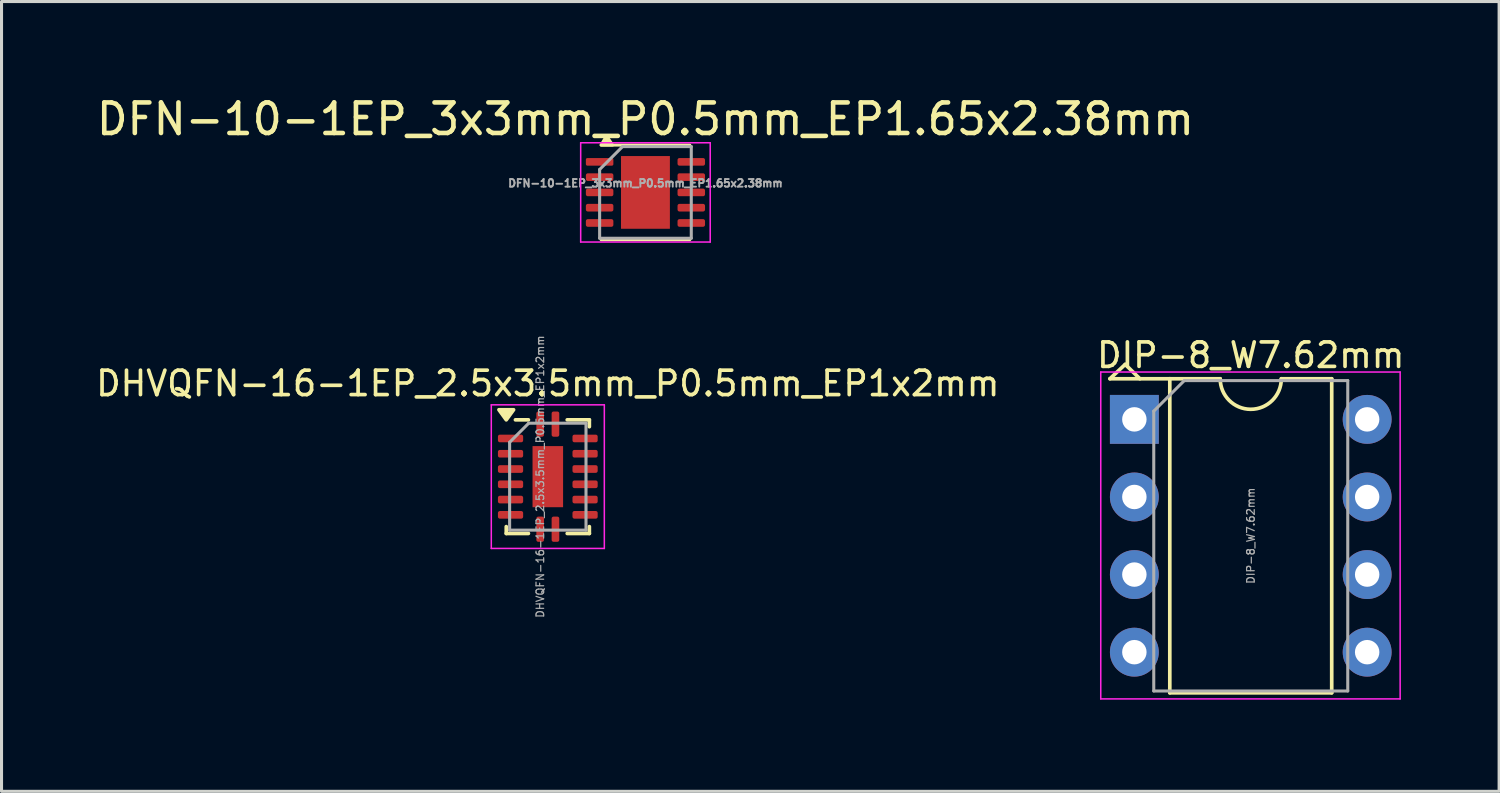
<source format=kicad_pcb>
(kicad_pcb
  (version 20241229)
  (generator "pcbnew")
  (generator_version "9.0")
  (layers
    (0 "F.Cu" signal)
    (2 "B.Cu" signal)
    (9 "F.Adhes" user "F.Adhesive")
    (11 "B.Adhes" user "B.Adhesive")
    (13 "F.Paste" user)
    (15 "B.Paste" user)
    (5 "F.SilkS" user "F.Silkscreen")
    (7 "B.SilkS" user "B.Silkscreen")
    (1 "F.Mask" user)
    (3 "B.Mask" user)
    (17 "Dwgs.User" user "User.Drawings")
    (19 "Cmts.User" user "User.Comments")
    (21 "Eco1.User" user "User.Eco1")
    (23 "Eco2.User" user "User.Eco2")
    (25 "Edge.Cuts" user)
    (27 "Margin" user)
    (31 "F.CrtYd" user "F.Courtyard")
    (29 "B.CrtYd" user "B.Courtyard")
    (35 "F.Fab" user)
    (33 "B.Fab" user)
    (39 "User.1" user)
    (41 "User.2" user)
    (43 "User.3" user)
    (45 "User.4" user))
  (footprint "DFN-10-1EP_3x3mm_P0.5mm_EP1.65x2.38mm"
    (layer "F.Cu")
    (at 18.077 3.248)
    (property "Reference" "DFN-10-1EP_3x3mm_P0.5mm_EP1.65x2.38mm" (at 0 -2.4 0) (layer "F.SilkS") (effects (font (size 1 1) (thickness 0.15))))
    (attr smd)
    (fp_line (start -1.45 -1.55) (end 1.45 -1.55) (stroke (width 0.1) (type solid)) (layer "F.SilkS"))
    (fp_line (start -1.45 1.55) (end 1.45 1.55) (stroke (width 0.1) (type solid)) (layer "F.SilkS"))
    (fp_poly (pts (xy -1.45 -1.55) (xy -1.275 -1.85) (xy -1.075 -1.55)) (stroke (width 0.1) (type solid)) (fill yes) (layer "F.SilkS"))
    (fp_line (start -2.12 -1.625) (end -2.12 1.625) (stroke (width 0.05) (type solid)) (layer "F.CrtYd"))
    (fp_line (start -2.12 1.625) (end 2.12 1.625) (stroke (width 0.05) (type solid)) (layer "F.CrtYd"))
    (fp_line (start 2.12 -1.625) (end -2.12 -1.625) (stroke (width 0.05) (type solid)) (layer "F.CrtYd"))
    (fp_line (start 2.12 1.625) (end 2.12 -1.625) (stroke (width 0.05) (type solid)) (layer "F.CrtYd"))
    (fp_line (start -1.5 -0.75) (end -0.75 -1.5) (stroke (width 0.1) (type solid)) (layer "F.Fab"))
    (fp_line (start -1.5 1.5) (end -1.5 -0.75) (stroke (width 0.1) (type solid)) (layer "F.Fab"))
    (fp_line (start -0.75 -1.5) (end 1.5 -1.5) (stroke (width 0.1) (type solid)) (layer "F.Fab"))
    (fp_line (start 1.5 -1.5) (end 1.5 1.5) (stroke (width 0.1) (type solid)) (layer "F.Fab"))
    (fp_line (start 1.5 1.5) (end -1.5 1.5) (stroke (width 0.1) (type solid)) (layer "F.Fab"))
    (fp_text user "${REFERENCE}" (at 0 -0.3 0) (layer "F.Fab") (effects (font (size 0.25 0.25) (thickness 0.062))))
    (pad "" smd roundrect (at -0.41 -0.595) (size 0.67 0.96) (layers "F.Paste") (roundrect_rratio 0.25))
    (pad "" smd roundrect (at -0.41 0.595) (size 0.67 0.96) (layers "F.Paste") (roundrect_rratio 0.25))
    (pad "" smd roundrect (at 0.41 -0.595) (size 0.67 0.96) (layers "F.Paste") (roundrect_rratio 0.25))
    (pad "" smd roundrect (at 0.41 0.595) (size 0.67 0.96) (layers "F.Paste") (roundrect_rratio 0.25))
    (pad "1" smd roundrect (at -1.5 -1) (size 0.9 0.25) (layers "F.Cu" "F.Mask" "F.Paste") (roundrect_rratio 0.2))
    (pad "2" smd roundrect (at -1.5 -0.5) (size 0.9 0.25) (layers "F.Cu" "F.Mask" "F.Paste") (roundrect_rratio 0.25))
    (pad "3" smd roundrect (at -1.5 0) (size 0.9 0.25) (layers "F.Cu" "F.Mask" "F.Paste") (roundrect_rratio 0.25))
    (pad "4" smd roundrect (at -1.5 0.5) (size 0.9 0.25) (layers "F.Cu" "F.Mask" "F.Paste") (roundrect_rratio 0.25))
    (pad "5" smd roundrect (at -1.5 1) (size 0.9 0.25) (layers "F.Cu" "F.Mask" "F.Paste") (roundrect_rratio 0.25))
    (pad "6" smd roundrect (at 1.5 1) (size 0.9 0.25) (layers "F.Cu" "F.Mask" "F.Paste") (roundrect_rratio 0.25))
    (pad "7" smd roundrect (at 1.5 0.5) (size 0.9 0.25) (layers "F.Cu" "F.Mask" "F.Paste") (roundrect_rratio 0.25))
    (pad "8" smd roundrect (at 1.5 0) (size 0.9 0.25) (layers "F.Cu" "F.Mask" "F.Paste") (roundrect_rratio 0.25))
    (pad "9" smd roundrect (at 1.5 -0.5) (size 0.9 0.25) (layers "F.Cu" "F.Mask" "F.Paste") (roundrect_rratio 0.25))
    (pad "10" smd roundrect (at 1.5 -1) (size 0.9 0.25) (layers "F.Cu" "F.Mask" "F.Paste") (roundrect_rratio 0.25))
    (pad "11" smd rect (at 0 0) (size 1.6 2.38) (layers "F.Cu" "F.Mask")))
  (footprint "DHVQFN-16-1EP_2.5x3.5mm_P0.5mm_EP1x2mm"
    (layer "F.Cu")
    (at 14.881 12.552)
    (property "Reference" "DHVQFN-16-1EP_2.5x3.5mm_P0.5mm_EP1x2mm" (at 0 -3.05 0) (layer "F.SilkS") (effects (font (size 0.8 0.8) (thickness 0.12))))
    (attr smd)
    (fp_line (start -1.36 1.86) (end -1.36 1.635) (stroke (width 0.12) (type solid)) (layer "F.SilkS"))
    (fp_line (start -0.635 -1.86) (end -1.06 -1.86) (stroke (width 0.12) (type solid)) (layer "F.SilkS"))
    (fp_line (start -0.635 1.86) (end -1.36 1.86) (stroke (width 0.12) (type solid)) (layer "F.SilkS"))
    (fp_line (start 0.635 -1.86) (end 1.36 -1.86) (stroke (width 0.12) (type solid)) (layer "F.SilkS"))
    (fp_line (start 0.635 1.86) (end 1.36 1.86) (stroke (width 0.12) (type solid)) (layer "F.SilkS"))
    (fp_line (start 1.36 -1.86) (end 1.36 -1.635) (stroke (width 0.12) (type solid)) (layer "F.SilkS"))
    (fp_line (start 1.36 1.86) (end 1.36 1.635) (stroke (width 0.12) (type solid)) (layer "F.SilkS"))
    (fp_poly (pts (xy -1.36 -1.86) (xy -1.6 -2.19) (xy -1.12 -2.19) (xy -1.36 -1.86)) (stroke (width 0.12) (type solid)) (fill yes) (layer "F.SilkS"))
    (fp_line (start -1.85 -2.35) (end -1.85 2.35) (stroke (width 0.05) (type solid)) (layer "F.CrtYd"))
    (fp_line (start -1.85 2.35) (end 1.85 2.35) (stroke (width 0.05) (type solid)) (layer "F.CrtYd"))
    (fp_line (start 1.85 -2.35) (end -1.85 -2.35) (stroke (width 0.05) (type solid)) (layer "F.CrtYd"))
    (fp_line (start 1.85 2.35) (end 1.85 -2.35) (stroke (width 0.05) (type solid)) (layer "F.CrtYd"))
    (fp_line (start -1.25 -1.125) (end -0.625 -1.75) (stroke (width 0.1) (type solid)) (layer "F.Fab"))
    (fp_line (start -1.25 1.75) (end -1.25 -1.125) (stroke (width 0.1) (type solid)) (layer "F.Fab"))
    (fp_line (start -0.625 -1.75) (end 1.25 -1.75) (stroke (width 0.1) (type solid)) (layer "F.Fab"))
    (fp_line (start 1.25 -1.75) (end 1.25 1.75) (stroke (width 0.1) (type solid)) (layer "F.Fab"))
    (fp_line (start 1.25 1.75) (end -1.25 1.75) (stroke (width 0.1) (type solid)) (layer "F.Fab"))
    (fp_text user "${REFERENCE}" (at -0.25 0 90) (layer "F.Fab") (effects (font (size 0.25 0.25) (thickness 0.04))))
    (pad "" smd roundrect (at 0 -0.5) (size 0.81 0.81) (layers "F.Paste") (roundrect_rratio 0.25))
    (pad "" smd roundrect (at 0 0.5) (size 0.81 0.81) (layers "F.Paste") (roundrect_rratio 0.25))
    (pad "1" smd roundrect (at -0.25 -1.72) (size 0.25 0.825) (layers "F.Cu" "F.Mask" "F.Paste") (roundrect_rratio 0.25))
    (pad "2" smd roundrect (at -1.22 -1.25) (size 0.825 0.25) (layers "F.Cu" "F.Mask" "F.Paste") (roundrect_rratio 0.25))
    (pad "3" smd roundrect (at -1.22 -0.75) (size 0.825 0.25) (layers "F.Cu" "F.Mask" "F.Paste") (roundrect_rratio 0.25))
    (pad "4" smd roundrect (at -1.22 -0.25) (size 0.825 0.25) (layers "F.Cu" "F.Mask" "F.Paste") (roundrect_rratio 0.25))
    (pad "5" smd roundrect (at -1.22 0.25) (size 0.825 0.25) (layers "F.Cu" "F.Mask" "F.Paste") (roundrect_rratio 0.25))
    (pad "6" smd roundrect (at -1.22 0.75) (size 0.825 0.25) (layers "F.Cu" "F.Mask" "F.Paste") (roundrect_rratio 0.25))
    (pad "7" smd roundrect (at -1.22 1.25) (size 0.825 0.25) (layers "F.Cu" "F.Mask" "F.Paste") (roundrect_rratio 0.25))
    (pad "8" smd roundrect (at -0.25 1.72) (size 0.25 0.825) (layers "F.Cu" "F.Mask" "F.Paste") (roundrect_rratio 0.25))
    (pad "9" smd roundrect (at 0.25 1.72) (size 0.25 0.825) (layers "F.Cu" "F.Mask" "F.Paste") (roundrect_rratio 0.25))
    (pad "10" smd roundrect (at 1.22 1.25) (size 0.825 0.25) (layers "F.Cu" "F.Mask" "F.Paste") (roundrect_rratio 0.25))
    (pad "11" smd roundrect (at 1.22 0.75) (size 0.825 0.25) (layers "F.Cu" "F.Mask" "F.Paste") (roundrect_rratio 0.25))
    (pad "12" smd roundrect (at 1.22 0.25) (size 0.825 0.25) (layers "F.Cu" "F.Mask" "F.Paste") (roundrect_rratio 0.25))
    (pad "13" smd roundrect (at 1.22 -0.25) (size 0.825 0.25) (layers "F.Cu" "F.Mask" "F.Paste") (roundrect_rratio 0.25))
    (pad "14" smd roundrect (at 1.22 -0.75) (size 0.825 0.25) (layers "F.Cu" "F.Mask" "F.Paste") (roundrect_rratio 0.25))
    (pad "15" smd roundrect (at 1.22 -1.25) (size 0.825 0.25) (layers "F.Cu" "F.Mask" "F.Paste") (roundrect_rratio 0.25))
    (pad "16" smd roundrect (at 0.25 -1.72) (size 0.25 0.825) (layers "F.Cu" "F.Mask" "F.Paste") (roundrect_rratio 0.25))
    (pad "17" smd rect (at 0 0) (size 1 2) (property pad_prop_heatsink) (layers "F.Cu" "F.Mask")))
  (footprint "DIP-8_W7.62mm"
    (layer "F.Cu")
    (at 34.08 10.677)
    (property "Reference" "DIP-8_W7.62mm" (at 3.81 -2.1 0) (layer "F.SilkS") (effects (font (size 0.8 0.8) (thickness 0.12))))
    (attr through_hole)
    (fp_line (start -0.8 -1.33) (end -0.3 -1.8) (stroke (width 0.12) (type default)) (layer "F.SilkS"))
    (fp_line (start -0.3 -1.8) (end 0.18 -1.33) (stroke (width 0.12) (type default)) (layer "F.SilkS"))
    (fp_line (start 1.16 -1.33) (end -0.8 -1.33) (stroke (width 0.12) (type default)) (layer "F.SilkS"))
    (fp_line (start 1.16 -1.33) (end 1.16 8.95) (stroke (width 0.12) (type solid)) (layer "F.SilkS"))
    (fp_line (start 1.16 8.95) (end 6.46 8.95) (stroke (width 0.12) (type solid)) (layer "F.SilkS"))
    (fp_line (start 2.81 -1.33) (end 1.16 -1.33) (stroke (width 0.12) (type solid)) (layer "F.SilkS"))
    (fp_line (start 6.46 -1.33) (end 4.81 -1.33) (stroke (width 0.12) (type solid)) (layer "F.SilkS"))
    (fp_line (start 6.46 8.95) (end 6.46 -1.33) (stroke (width 0.12) (type solid)) (layer "F.SilkS"))
    (fp_arc (start 4.81 -1.33) (mid 3.81 -0.33) (end 2.81 -1.33) (stroke (width 0.12) (type solid)) (layer "F.SilkS"))
    (fp_line (start -1.1 -1.55) (end -1.1 9.15) (stroke (width 0.05) (type solid)) (layer "F.CrtYd"))
    (fp_line (start -1.1 9.15) (end 8.7 9.15) (stroke (width 0.05) (type solid)) (layer "F.CrtYd"))
    (fp_line (start 8.7 -1.55) (end -1.1 -1.55) (stroke (width 0.05) (type solid)) (layer "F.CrtYd"))
    (fp_line (start 8.7 9.15) (end 8.7 -1.55) (stroke (width 0.05) (type solid)) (layer "F.CrtYd"))
    (fp_line (start 0.635 -0.27) (end 1.635 -1.27) (stroke (width 0.1) (type solid)) (layer "F.Fab"))
    (fp_line (start 0.635 8.89) (end 0.635 -0.27) (stroke (width 0.1) (type solid)) (layer "F.Fab"))
    (fp_line (start 1.635 -1.27) (end 6.985 -1.27) (stroke (width 0.1) (type solid)) (layer "F.Fab"))
    (fp_line (start 6.985 -1.27) (end 6.985 8.89) (stroke (width 0.1) (type solid)) (layer "F.Fab"))
    (fp_line (start 6.985 8.89) (end 0.635 8.89) (stroke (width 0.1) (type solid)) (layer "F.Fab"))
    (fp_text user "${REFERENCE}" (at 3.81 3.81 90) (layer "F.Fab") (effects (font (size 0.25 0.25) (thickness 0.04))))
    (pad "1" thru_hole rect (at 0 0) (size 1.6 1.6) (drill 0.8) (layers "*.Cu" "*.Mask"))
    (pad "2" thru_hole oval (at 0 2.54) (size 1.6 1.6) (drill 0.8) (layers "*.Cu" "*.Mask"))
    (pad "3" thru_hole oval (at 0 5.08) (size 1.6 1.6) (drill 0.8) (layers "*.Cu" "*.Mask"))
    (pad "4" thru_hole oval (at 0 7.62) (size 1.6 1.6) (drill 0.8) (layers "*.Cu" "*.Mask"))
    (pad "5" thru_hole oval (at 7.62 7.62) (size 1.6 1.6) (drill 0.8) (layers "*.Cu" "*.Mask"))
    (pad "6" thru_hole oval (at 7.62 5.08) (size 1.6 1.6) (drill 0.8) (layers "*.Cu" "*.Mask"))
    (pad "7" thru_hole oval (at 7.62 2.54) (size 1.6 1.6) (drill 0.8) (layers "*.Cu" "*.Mask"))
    (pad "8" thru_hole oval (at 7.62 0) (size 1.6 1.6) (drill 0.8) (layers "*.Cu" "*.Mask")))
  (gr_rect
    (start -3 -3)
    (end 46.019 22.852)
    (stroke (width 0.1) (type default))
    (fill no)
    (layer "Edge.Cuts")))
</source>
